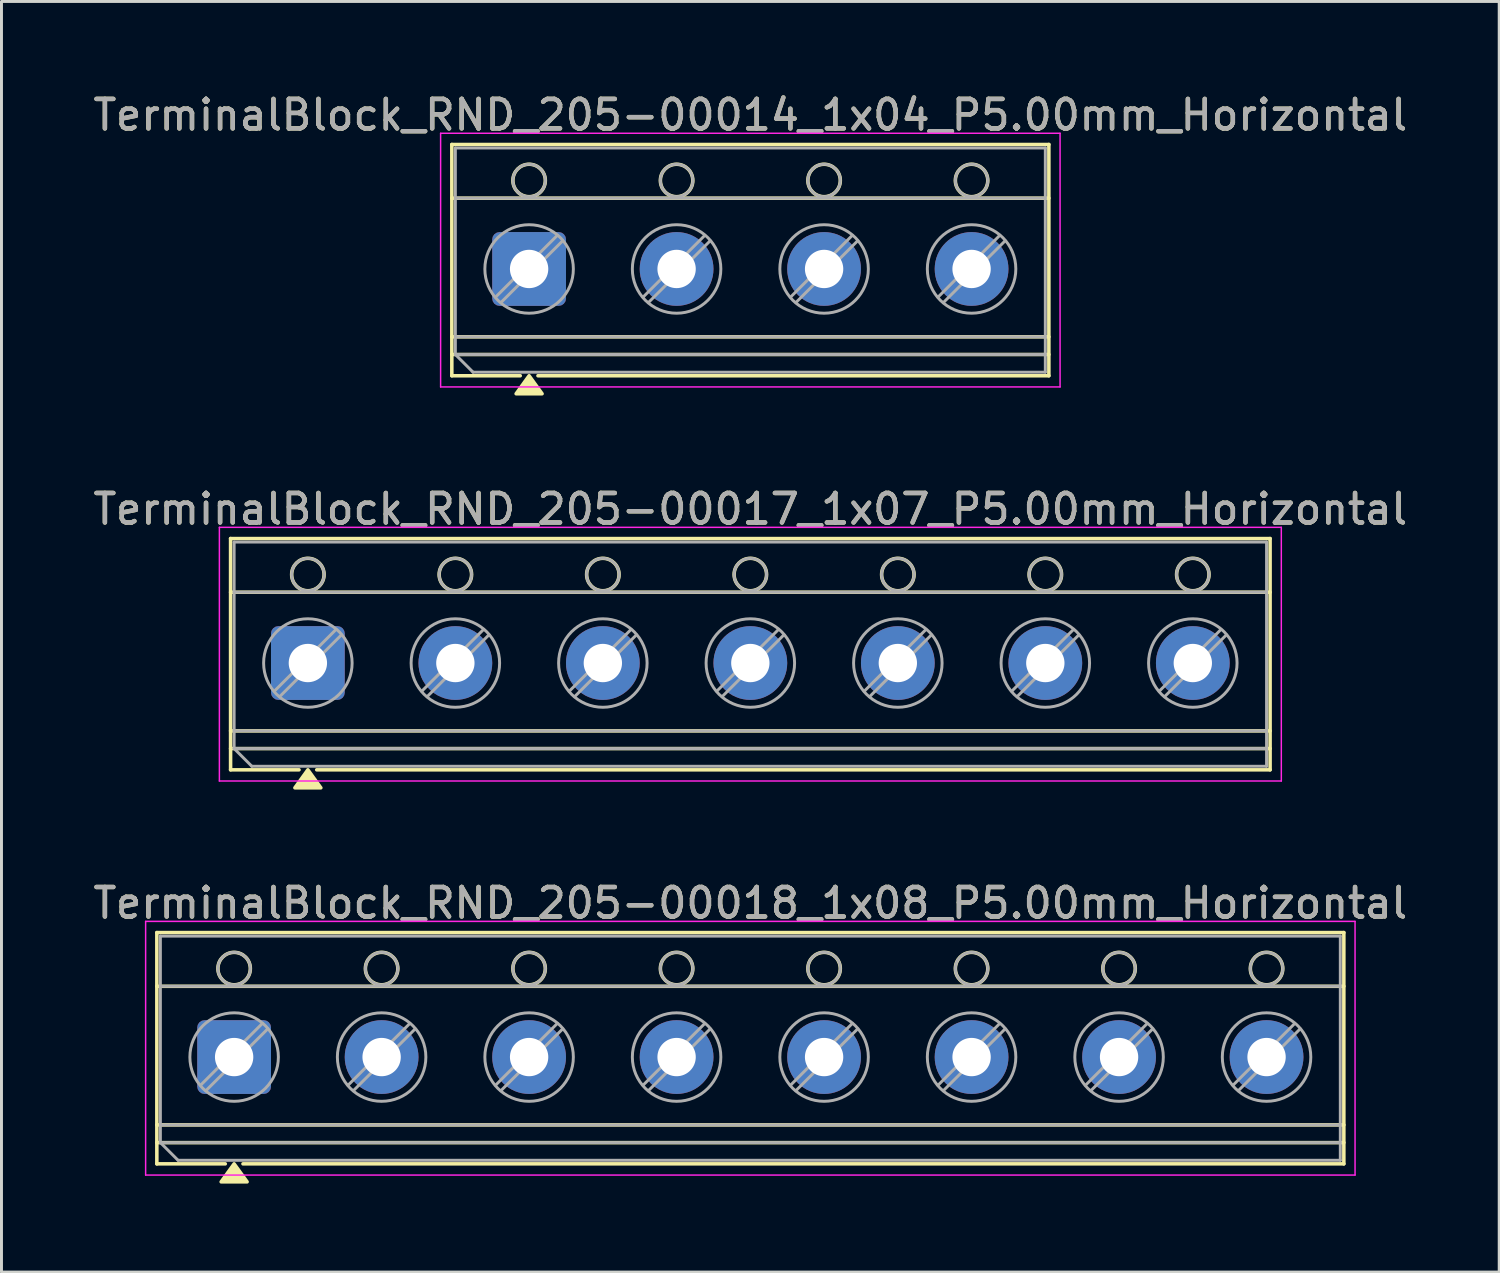
<source format=kicad_pcb>
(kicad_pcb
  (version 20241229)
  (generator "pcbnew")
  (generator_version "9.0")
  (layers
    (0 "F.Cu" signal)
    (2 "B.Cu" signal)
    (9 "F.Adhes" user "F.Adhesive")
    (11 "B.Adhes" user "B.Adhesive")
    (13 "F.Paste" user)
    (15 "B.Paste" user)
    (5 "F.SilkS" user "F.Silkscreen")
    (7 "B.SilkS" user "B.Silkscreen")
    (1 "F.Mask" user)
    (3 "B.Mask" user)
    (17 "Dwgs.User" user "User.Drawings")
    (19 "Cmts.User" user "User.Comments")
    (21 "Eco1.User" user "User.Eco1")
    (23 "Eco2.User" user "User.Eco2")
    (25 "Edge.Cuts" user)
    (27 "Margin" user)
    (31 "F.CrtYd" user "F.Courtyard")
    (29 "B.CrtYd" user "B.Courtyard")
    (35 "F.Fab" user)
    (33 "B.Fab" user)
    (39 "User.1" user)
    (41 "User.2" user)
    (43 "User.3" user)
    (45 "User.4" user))
  (footprint "TerminalBlock_RND_205-00018_1x08_P5.00mm_Horizontal"
    (layer "F.Cu")
    (at 4.887 32.785)
    (property "Reference" "TerminalBlock_RND_205-00018_1x08_P5.00mm_Horizontal" (at 17.5 -5.22 0) (layer "F.SilkS") (effects (font (size 1 1) (thickness 0.15))))
    (attr through_hole)
    (fp_line (start -2.62 -4.22) (end -2.62 3.62) (stroke (width 0.12) (type solid)) (layer "F.SilkS"))
    (fp_line (start -2.62 -4.22) (end 37.62 -4.22) (stroke (width 0.12) (type solid)) (layer "F.SilkS"))
    (fp_line (start -2.62 -2.4) (end 37.62 -2.4) (stroke (width 0.12) (type solid)) (layer "F.SilkS"))
    (fp_line (start -2.62 2.3) (end 37.62 2.3) (stroke (width 0.12) (type solid)) (layer "F.SilkS"))
    (fp_line (start -2.62 2.9) (end 37.62 2.9) (stroke (width 0.12) (type solid)) (layer "F.SilkS"))
    (fp_line (start -2.62 3.62) (end -0.3 3.62) (stroke (width 0.12) (type solid)) (layer "F.SilkS"))
    (fp_line (start 0.3 3.62) (end 37.62 3.62) (stroke (width 0.12) (type solid)) (layer "F.SilkS"))
    (fp_line (start 37.62 -4.22) (end 37.62 3.62) (stroke (width 0.12) (type solid)) (layer "F.SilkS"))
    (fp_circle (center 0 -3) (end 0.55 -3) (stroke (width 0.12) (type solid)) (fill no) (layer "F.SilkS"))
    (fp_circle (center 5 -3) (end 5.55 -3) (stroke (width 0.12) (type solid)) (fill no) (layer "F.SilkS"))
    (fp_circle (center 10 -3) (end 10.55 -3) (stroke (width 0.12) (type solid)) (fill no) (layer "F.SilkS"))
    (fp_circle (center 15 -3) (end 15.55 -3) (stroke (width 0.12) (type solid)) (fill no) (layer "F.SilkS"))
    (fp_circle (center 20 -3) (end 20.55 -3) (stroke (width 0.12) (type solid)) (fill no) (layer "F.SilkS"))
    (fp_circle (center 25 -3) (end 25.55 -3) (stroke (width 0.12) (type solid)) (fill no) (layer "F.SilkS"))
    (fp_circle (center 30 -3) (end 30.55 -3) (stroke (width 0.12) (type solid)) (fill no) (layer "F.SilkS"))
    (fp_circle (center 35 -3) (end 35.55 -3) (stroke (width 0.12) (type solid)) (fill no) (layer "F.SilkS"))
    (fp_poly (pts (xy 0 3.62) (xy 0.44 4.23) (xy -0.44 4.23)) (stroke (width 0.12) (type solid)) (fill yes) (layer "F.SilkS"))
    (fp_line (start -3 -4.6) (end -3 4) (stroke (width 0.05) (type solid)) (layer "F.CrtYd"))
    (fp_line (start -3 4) (end 38 4) (stroke (width 0.05) (type solid)) (layer "F.CrtYd"))
    (fp_line (start 38 -4.6) (end -3 -4.6) (stroke (width 0.05) (type solid)) (layer "F.CrtYd"))
    (fp_line (start 38 4) (end 38 -4.6) (stroke (width 0.05) (type solid)) (layer "F.CrtYd"))
    (fp_line (start -2.5 -4.1) (end 37.5 -4.1) (stroke (width 0.1) (type solid)) (layer "F.Fab"))
    (fp_line (start -2.5 -2.4) (end 37.5 -2.4) (stroke (width 0.1) (type solid)) (layer "F.Fab"))
    (fp_line (start -2.5 2.3) (end 37.5 2.3) (stroke (width 0.1) (type solid)) (layer "F.Fab"))
    (fp_line (start -2.5 2.9) (end -2.5 -4.1) (stroke (width 0.1) (type solid)) (layer "F.Fab"))
    (fp_line (start -2.5 2.9) (end 37.5 2.9) (stroke (width 0.1) (type solid)) (layer "F.Fab"))
    (fp_line (start -1.9 3.5) (end -2.5 2.9) (stroke (width 0.1) (type solid)) (layer "F.Fab"))
    (fp_line (start 0.955 -1.138) (end -1.138 0.955) (stroke (width 0.1) (type solid)) (layer "F.Fab"))
    (fp_line (start 1.138 -0.955) (end -0.955 1.138) (stroke (width 0.1) (type solid)) (layer "F.Fab"))
    (fp_line (start 5.955 -1.138) (end 3.862 0.955) (stroke (width 0.1) (type solid)) (layer "F.Fab"))
    (fp_line (start 6.138 -0.955) (end 4.045 1.138) (stroke (width 0.1) (type solid)) (layer "F.Fab"))
    (fp_line (start 10.955 -1.138) (end 8.862 0.955) (stroke (width 0.1) (type solid)) (layer "F.Fab"))
    (fp_line (start 11.138 -0.955) (end 9.045 1.138) (stroke (width 0.1) (type solid)) (layer "F.Fab"))
    (fp_line (start 15.955 -1.138) (end 13.862 0.955) (stroke (width 0.1) (type solid)) (layer "F.Fab"))
    (fp_line (start 16.138 -0.955) (end 14.045 1.138) (stroke (width 0.1) (type solid)) (layer "F.Fab"))
    (fp_line (start 20.955 -1.138) (end 18.862 0.955) (stroke (width 0.1) (type solid)) (layer "F.Fab"))
    (fp_line (start 21.138 -0.955) (end 19.045 1.138) (stroke (width 0.1) (type solid)) (layer "F.Fab"))
    (fp_line (start 25.955 -1.138) (end 23.862 0.955) (stroke (width 0.1) (type solid)) (layer "F.Fab"))
    (fp_line (start 26.138 -0.955) (end 24.045 1.138) (stroke (width 0.1) (type solid)) (layer "F.Fab"))
    (fp_line (start 30.955 -1.138) (end 28.862 0.955) (stroke (width 0.1) (type solid)) (layer "F.Fab"))
    (fp_line (start 31.138 -0.955) (end 29.045 1.138) (stroke (width 0.1) (type solid)) (layer "F.Fab"))
    (fp_line (start 35.955 -1.138) (end 33.862 0.955) (stroke (width 0.1) (type solid)) (layer "F.Fab"))
    (fp_line (start 36.138 -0.955) (end 34.045 1.138) (stroke (width 0.1) (type solid)) (layer "F.Fab"))
    (fp_line (start 37.5 -4.1) (end 37.5 3.5) (stroke (width 0.1) (type solid)) (layer "F.Fab"))
    (fp_line (start 37.5 3.5) (end -1.9 3.5) (stroke (width 0.1) (type solid)) (layer "F.Fab"))
    (fp_circle (center 0 -3) (end 0.55 -3) (stroke (width 0.1) (type solid)) (fill no) (layer "F.Fab"))
    (fp_circle (center 0 0) (end 1.5 0) (stroke (width 0.1) (type solid)) (fill no) (layer "F.Fab"))
    (fp_circle (center 5 -3) (end 5.55 -3) (stroke (width 0.1) (type solid)) (fill no) (layer "F.Fab"))
    (fp_circle (center 5 0) (end 6.5 0) (stroke (width 0.1) (type solid)) (fill no) (layer "F.Fab"))
    (fp_circle (center 10 -3) (end 10.55 -3) (stroke (width 0.1) (type solid)) (fill no) (layer "F.Fab"))
    (fp_circle (center 10 0) (end 11.5 0) (stroke (width 0.1) (type solid)) (fill no) (layer "F.Fab"))
    (fp_circle (center 15 -3) (end 15.55 -3) (stroke (width 0.1) (type solid)) (fill no) (layer "F.Fab"))
    (fp_circle (center 15 0) (end 16.5 0) (stroke (width 0.1) (type solid)) (fill no) (layer "F.Fab"))
    (fp_circle (center 20 -3) (end 20.55 -3) (stroke (width 0.1) (type solid)) (fill no) (layer "F.Fab"))
    (fp_circle (center 20 0) (end 21.5 0) (stroke (width 0.1) (type solid)) (fill no) (layer "F.Fab"))
    (fp_circle (center 25 -3) (end 25.55 -3) (stroke (width 0.1) (type solid)) (fill no) (layer "F.Fab"))
    (fp_circle (center 25 0) (end 26.5 0) (stroke (width 0.1) (type solid)) (fill no) (layer "F.Fab"))
    (fp_circle (center 30 -3) (end 30.55 -3) (stroke (width 0.1) (type solid)) (fill no) (layer "F.Fab"))
    (fp_circle (center 30 0) (end 31.5 0) (stroke (width 0.1) (type solid)) (fill no) (layer "F.Fab"))
    (fp_circle (center 35 -3) (end 35.55 -3) (stroke (width 0.1) (type solid)) (fill no) (layer "F.Fab"))
    (fp_circle (center 35 0) (end 36.5 0) (stroke (width 0.1) (type solid)) (fill no) (layer "F.Fab"))
    (fp_text user "${REFERENCE}" (at 17.5 -5.22 0) (layer "F.Fab") (effects (font (size 1 1) (thickness 0.15))))
    (pad "1" thru_hole roundrect (at 0 0) (size 2.5 2.5) (drill 1.3) (layers "*.Cu" "*.Mask") (roundrect_rratio 0.1))
    (pad "2" thru_hole circle (at 5 0) (size 2.5 2.5) (drill 1.3) (layers "*.Cu" "*.Mask"))
    (pad "3" thru_hole circle (at 10 0) (size 2.5 2.5) (drill 1.3) (layers "*.Cu" "*.Mask"))
    (pad "4" thru_hole circle (at 15 0) (size 2.5 2.5) (drill 1.3) (layers "*.Cu" "*.Mask"))
    (pad "5" thru_hole circle (at 20 0) (size 2.5 2.5) (drill 1.3) (layers "*.Cu" "*.Mask"))
    (pad "6" thru_hole circle (at 25 0) (size 2.5 2.5) (drill 1.3) (layers "*.Cu" "*.Mask"))
    (pad "7" thru_hole circle (at 30 0) (size 2.5 2.5) (drill 1.3) (layers "*.Cu" "*.Mask"))
    (pad "8" thru_hole circle (at 35 0) (size 2.5 2.5) (drill 1.3) (layers "*.Cu" "*.Mask")))
  (footprint "TerminalBlock_RND_205-00014_1x04_P5.00mm_Horizontal"
    (layer "F.Cu")
    (at 14.887 6.068)
    (property "Reference" "TerminalBlock_RND_205-00014_1x04_P5.00mm_Horizontal" (at 7.5 -5.22 0) (layer "F.SilkS") (effects (font (size 1 1) (thickness 0.15))))
    (attr through_hole)
    (fp_line (start -2.62 -4.22) (end -2.62 3.62) (stroke (width 0.12) (type solid)) (layer "F.SilkS"))
    (fp_line (start -2.62 -4.22) (end 17.62 -4.22) (stroke (width 0.12) (type solid)) (layer "F.SilkS"))
    (fp_line (start -2.62 -2.4) (end 17.62 -2.4) (stroke (width 0.12) (type solid)) (layer "F.SilkS"))
    (fp_line (start -2.62 2.3) (end 17.62 2.3) (stroke (width 0.12) (type solid)) (layer "F.SilkS"))
    (fp_line (start -2.62 2.9) (end 17.62 2.9) (stroke (width 0.12) (type solid)) (layer "F.SilkS"))
    (fp_line (start -2.62 3.62) (end -0.3 3.62) (stroke (width 0.12) (type solid)) (layer "F.SilkS"))
    (fp_line (start 0.3 3.62) (end 17.62 3.62) (stroke (width 0.12) (type solid)) (layer "F.SilkS"))
    (fp_line (start 17.62 -4.22) (end 17.62 3.62) (stroke (width 0.12) (type solid)) (layer "F.SilkS"))
    (fp_circle (center 0 -3) (end 0.55 -3) (stroke (width 0.12) (type solid)) (fill no) (layer "F.SilkS"))
    (fp_circle (center 5 -3) (end 5.55 -3) (stroke (width 0.12) (type solid)) (fill no) (layer "F.SilkS"))
    (fp_circle (center 10 -3) (end 10.55 -3) (stroke (width 0.12) (type solid)) (fill no) (layer "F.SilkS"))
    (fp_circle (center 15 -3) (end 15.55 -3) (stroke (width 0.12) (type solid)) (fill no) (layer "F.SilkS"))
    (fp_poly (pts (xy 0 3.62) (xy 0.44 4.23) (xy -0.44 4.23)) (stroke (width 0.12) (type solid)) (fill yes) (layer "F.SilkS"))
    (fp_line (start -3 -4.6) (end -3 4) (stroke (width 0.05) (type solid)) (layer "F.CrtYd"))
    (fp_line (start -3 4) (end 18 4) (stroke (width 0.05) (type solid)) (layer "F.CrtYd"))
    (fp_line (start 18 -4.6) (end -3 -4.6) (stroke (width 0.05) (type solid)) (layer "F.CrtYd"))
    (fp_line (start 18 4) (end 18 -4.6) (stroke (width 0.05) (type solid)) (layer "F.CrtYd"))
    (fp_line (start -2.5 -4.1) (end 17.5 -4.1) (stroke (width 0.1) (type solid)) (layer "F.Fab"))
    (fp_line (start -2.5 -2.4) (end 17.5 -2.4) (stroke (width 0.1) (type solid)) (layer "F.Fab"))
    (fp_line (start -2.5 2.3) (end 17.5 2.3) (stroke (width 0.1) (type solid)) (layer "F.Fab"))
    (fp_line (start -2.5 2.9) (end -2.5 -4.1) (stroke (width 0.1) (type solid)) (layer "F.Fab"))
    (fp_line (start -2.5 2.9) (end 17.5 2.9) (stroke (width 0.1) (type solid)) (layer "F.Fab"))
    (fp_line (start -1.9 3.5) (end -2.5 2.9) (stroke (width 0.1) (type solid)) (layer "F.Fab"))
    (fp_line (start 0.955 -1.138) (end -1.138 0.955) (stroke (width 0.1) (type solid)) (layer "F.Fab"))
    (fp_line (start 1.138 -0.955) (end -0.955 1.138) (stroke (width 0.1) (type solid)) (layer "F.Fab"))
    (fp_line (start 5.955 -1.138) (end 3.862 0.955) (stroke (width 0.1) (type solid)) (layer "F.Fab"))
    (fp_line (start 6.138 -0.955) (end 4.045 1.138) (stroke (width 0.1) (type solid)) (layer "F.Fab"))
    (fp_line (start 10.955 -1.138) (end 8.862 0.955) (stroke (width 0.1) (type solid)) (layer "F.Fab"))
    (fp_line (start 11.138 -0.955) (end 9.045 1.138) (stroke (width 0.1) (type solid)) (layer "F.Fab"))
    (fp_line (start 15.955 -1.138) (end 13.862 0.955) (stroke (width 0.1) (type solid)) (layer "F.Fab"))
    (fp_line (start 16.138 -0.955) (end 14.045 1.138) (stroke (width 0.1) (type solid)) (layer "F.Fab"))
    (fp_line (start 17.5 -4.1) (end 17.5 3.5) (stroke (width 0.1) (type solid)) (layer "F.Fab"))
    (fp_line (start 17.5 3.5) (end -1.9 3.5) (stroke (width 0.1) (type solid)) (layer "F.Fab"))
    (fp_circle (center 0 -3) (end 0.55 -3) (stroke (width 0.1) (type solid)) (fill no) (layer "F.Fab"))
    (fp_circle (center 0 0) (end 1.5 0) (stroke (width 0.1) (type solid)) (fill no) (layer "F.Fab"))
    (fp_circle (center 5 -3) (end 5.55 -3) (stroke (width 0.1) (type solid)) (fill no) (layer "F.Fab"))
    (fp_circle (center 5 0) (end 6.5 0) (stroke (width 0.1) (type solid)) (fill no) (layer "F.Fab"))
    (fp_circle (center 10 -3) (end 10.55 -3) (stroke (width 0.1) (type solid)) (fill no) (layer "F.Fab"))
    (fp_circle (center 10 0) (end 11.5 0) (stroke (width 0.1) (type solid)) (fill no) (layer "F.Fab"))
    (fp_circle (center 15 -3) (end 15.55 -3) (stroke (width 0.1) (type solid)) (fill no) (layer "F.Fab"))
    (fp_circle (center 15 0) (end 16.5 0) (stroke (width 0.1) (type solid)) (fill no) (layer "F.Fab"))
    (fp_text user "${REFERENCE}" (at 7.5 -5.22 0) (layer "F.Fab") (effects (font (size 1 1) (thickness 0.15))))
    (pad "1" thru_hole roundrect (at 0 0) (size 2.5 2.5) (drill 1.3) (layers "*.Cu" "*.Mask") (roundrect_rratio 0.1))
    (pad "2" thru_hole circle (at 5 0) (size 2.5 2.5) (drill 1.3) (layers "*.Cu" "*.Mask"))
    (pad "3" thru_hole circle (at 10 0) (size 2.5 2.5) (drill 1.3) (layers "*.Cu" "*.Mask"))
    (pad "4" thru_hole circle (at 15 0) (size 2.5 2.5) (drill 1.3) (layers "*.Cu" "*.Mask")))
  (footprint "TerminalBlock_RND_205-00017_1x07_P5.00mm_Horizontal"
    (layer "F.Cu")
    (at 7.387 19.427)
    (property "Reference" "TerminalBlock_RND_205-00017_1x07_P5.00mm_Horizontal" (at 15 -5.22 0) (layer "F.SilkS") (effects (font (size 1 1) (thickness 0.15))))
    (attr through_hole)
    (fp_line (start -2.62 -4.22) (end -2.62 3.62) (stroke (width 0.12) (type solid)) (layer "F.SilkS"))
    (fp_line (start -2.62 -4.22) (end 32.62 -4.22) (stroke (width 0.12) (type solid)) (layer "F.SilkS"))
    (fp_line (start -2.62 -2.4) (end 32.62 -2.4) (stroke (width 0.12) (type solid)) (layer "F.SilkS"))
    (fp_line (start -2.62 2.3) (end 32.62 2.3) (stroke (width 0.12) (type solid)) (layer "F.SilkS"))
    (fp_line (start -2.62 2.9) (end 32.62 2.9) (stroke (width 0.12) (type solid)) (layer "F.SilkS"))
    (fp_line (start -2.62 3.62) (end -0.3 3.62) (stroke (width 0.12) (type solid)) (layer "F.SilkS"))
    (fp_line (start 0.3 3.62) (end 32.62 3.62) (stroke (width 0.12) (type solid)) (layer "F.SilkS"))
    (fp_line (start 32.62 -4.22) (end 32.62 3.62) (stroke (width 0.12) (type solid)) (layer "F.SilkS"))
    (fp_circle (center 0 -3) (end 0.55 -3) (stroke (width 0.12) (type solid)) (fill no) (layer "F.SilkS"))
    (fp_circle (center 5 -3) (end 5.55 -3) (stroke (width 0.12) (type solid)) (fill no) (layer "F.SilkS"))
    (fp_circle (center 10 -3) (end 10.55 -3) (stroke (width 0.12) (type solid)) (fill no) (layer "F.SilkS"))
    (fp_circle (center 15 -3) (end 15.55 -3) (stroke (width 0.12) (type solid)) (fill no) (layer "F.SilkS"))
    (fp_circle (center 20 -3) (end 20.55 -3) (stroke (width 0.12) (type solid)) (fill no) (layer "F.SilkS"))
    (fp_circle (center 25 -3) (end 25.55 -3) (stroke (width 0.12) (type solid)) (fill no) (layer "F.SilkS"))
    (fp_circle (center 30 -3) (end 30.55 -3) (stroke (width 0.12) (type solid)) (fill no) (layer "F.SilkS"))
    (fp_poly (pts (xy 0 3.62) (xy 0.44 4.23) (xy -0.44 4.23)) (stroke (width 0.12) (type solid)) (fill yes) (layer "F.SilkS"))
    (fp_line (start -3 -4.6) (end -3 4) (stroke (width 0.05) (type solid)) (layer "F.CrtYd"))
    (fp_line (start -3 4) (end 33 4) (stroke (width 0.05) (type solid)) (layer "F.CrtYd"))
    (fp_line (start 33 -4.6) (end -3 -4.6) (stroke (width 0.05) (type solid)) (layer "F.CrtYd"))
    (fp_line (start 33 4) (end 33 -4.6) (stroke (width 0.05) (type solid)) (layer "F.CrtYd"))
    (fp_line (start -2.5 -4.1) (end 32.5 -4.1) (stroke (width 0.1) (type solid)) (layer "F.Fab"))
    (fp_line (start -2.5 -2.4) (end 32.5 -2.4) (stroke (width 0.1) (type solid)) (layer "F.Fab"))
    (fp_line (start -2.5 2.3) (end 32.5 2.3) (stroke (width 0.1) (type solid)) (layer "F.Fab"))
    (fp_line (start -2.5 2.9) (end -2.5 -4.1) (stroke (width 0.1) (type solid)) (layer "F.Fab"))
    (fp_line (start -2.5 2.9) (end 32.5 2.9) (stroke (width 0.1) (type solid)) (layer "F.Fab"))
    (fp_line (start -1.9 3.5) (end -2.5 2.9) (stroke (width 0.1) (type solid)) (layer "F.Fab"))
    (fp_line (start 0.955 -1.138) (end -1.138 0.955) (stroke (width 0.1) (type solid)) (layer "F.Fab"))
    (fp_line (start 1.138 -0.955) (end -0.955 1.138) (stroke (width 0.1) (type solid)) (layer "F.Fab"))
    (fp_line (start 5.955 -1.138) (end 3.862 0.955) (stroke (width 0.1) (type solid)) (layer "F.Fab"))
    (fp_line (start 6.138 -0.955) (end 4.045 1.138) (stroke (width 0.1) (type solid)) (layer "F.Fab"))
    (fp_line (start 10.955 -1.138) (end 8.862 0.955) (stroke (width 0.1) (type solid)) (layer "F.Fab"))
    (fp_line (start 11.138 -0.955) (end 9.045 1.138) (stroke (width 0.1) (type solid)) (layer "F.Fab"))
    (fp_line (start 15.955 -1.138) (end 13.862 0.955) (stroke (width 0.1) (type solid)) (layer "F.Fab"))
    (fp_line (start 16.138 -0.955) (end 14.045 1.138) (stroke (width 0.1) (type solid)) (layer "F.Fab"))
    (fp_line (start 20.955 -1.138) (end 18.862 0.955) (stroke (width 0.1) (type solid)) (layer "F.Fab"))
    (fp_line (start 21.138 -0.955) (end 19.045 1.138) (stroke (width 0.1) (type solid)) (layer "F.Fab"))
    (fp_line (start 25.955 -1.138) (end 23.862 0.955) (stroke (width 0.1) (type solid)) (layer "F.Fab"))
    (fp_line (start 26.138 -0.955) (end 24.045 1.138) (stroke (width 0.1) (type solid)) (layer "F.Fab"))
    (fp_line (start 30.955 -1.138) (end 28.862 0.955) (stroke (width 0.1) (type solid)) (layer "F.Fab"))
    (fp_line (start 31.138 -0.955) (end 29.045 1.138) (stroke (width 0.1) (type solid)) (layer "F.Fab"))
    (fp_line (start 32.5 -4.1) (end 32.5 3.5) (stroke (width 0.1) (type solid)) (layer "F.Fab"))
    (fp_line (start 32.5 3.5) (end -1.9 3.5) (stroke (width 0.1) (type solid)) (layer "F.Fab"))
    (fp_circle (center 0 -3) (end 0.55 -3) (stroke (width 0.1) (type solid)) (fill no) (layer "F.Fab"))
    (fp_circle (center 0 0) (end 1.5 0) (stroke (width 0.1) (type solid)) (fill no) (layer "F.Fab"))
    (fp_circle (center 5 -3) (end 5.55 -3) (stroke (width 0.1) (type solid)) (fill no) (layer "F.Fab"))
    (fp_circle (center 5 0) (end 6.5 0) (stroke (width 0.1) (type solid)) (fill no) (layer "F.Fab"))
    (fp_circle (center 10 -3) (end 10.55 -3) (stroke (width 0.1) (type solid)) (fill no) (layer "F.Fab"))
    (fp_circle (center 10 0) (end 11.5 0) (stroke (width 0.1) (type solid)) (fill no) (layer "F.Fab"))
    (fp_circle (center 15 -3) (end 15.55 -3) (stroke (width 0.1) (type solid)) (fill no) (layer "F.Fab"))
    (fp_circle (center 15 0) (end 16.5 0) (stroke (width 0.1) (type solid)) (fill no) (layer "F.Fab"))
    (fp_circle (center 20 -3) (end 20.55 -3) (stroke (width 0.1) (type solid)) (fill no) (layer "F.Fab"))
    (fp_circle (center 20 0) (end 21.5 0) (stroke (width 0.1) (type solid)) (fill no) (layer "F.Fab"))
    (fp_circle (center 25 -3) (end 25.55 -3) (stroke (width 0.1) (type solid)) (fill no) (layer "F.Fab"))
    (fp_circle (center 25 0) (end 26.5 0) (stroke (width 0.1) (type solid)) (fill no) (layer "F.Fab"))
    (fp_circle (center 30 -3) (end 30.55 -3) (stroke (width 0.1) (type solid)) (fill no) (layer "F.Fab"))
    (fp_circle (center 30 0) (end 31.5 0) (stroke (width 0.1) (type solid)) (fill no) (layer "F.Fab"))
    (fp_text user "${REFERENCE}" (at 15 -5.22 0) (layer "F.Fab") (effects (font (size 1 1) (thickness 0.15))))
    (pad "1" thru_hole roundrect (at 0 0) (size 2.5 2.5) (drill 1.3) (layers "*.Cu" "*.Mask") (roundrect_rratio 0.1))
    (pad "2" thru_hole circle (at 5 0) (size 2.5 2.5) (drill 1.3) (layers "*.Cu" "*.Mask"))
    (pad "3" thru_hole circle (at 10 0) (size 2.5 2.5) (drill 1.3) (layers "*.Cu" "*.Mask"))
    (pad "4" thru_hole circle (at 15 0) (size 2.5 2.5) (drill 1.3) (layers "*.Cu" "*.Mask"))
    (pad "5" thru_hole circle (at 20 0) (size 2.5 2.5) (drill 1.3) (layers "*.Cu" "*.Mask"))
    (pad "6" thru_hole circle (at 25 0) (size 2.5 2.5) (drill 1.3) (layers "*.Cu" "*.Mask"))
    (pad "7" thru_hole circle (at 30 0) (size 2.5 2.5) (drill 1.3) (layers "*.Cu" "*.Mask")))
  (gr_rect
    (start -3 -3)
    (end 47.774 40.075)
    (stroke (width 0.1) (type default))
    (fill no)
    (layer "Edge.Cuts")))
</source>
